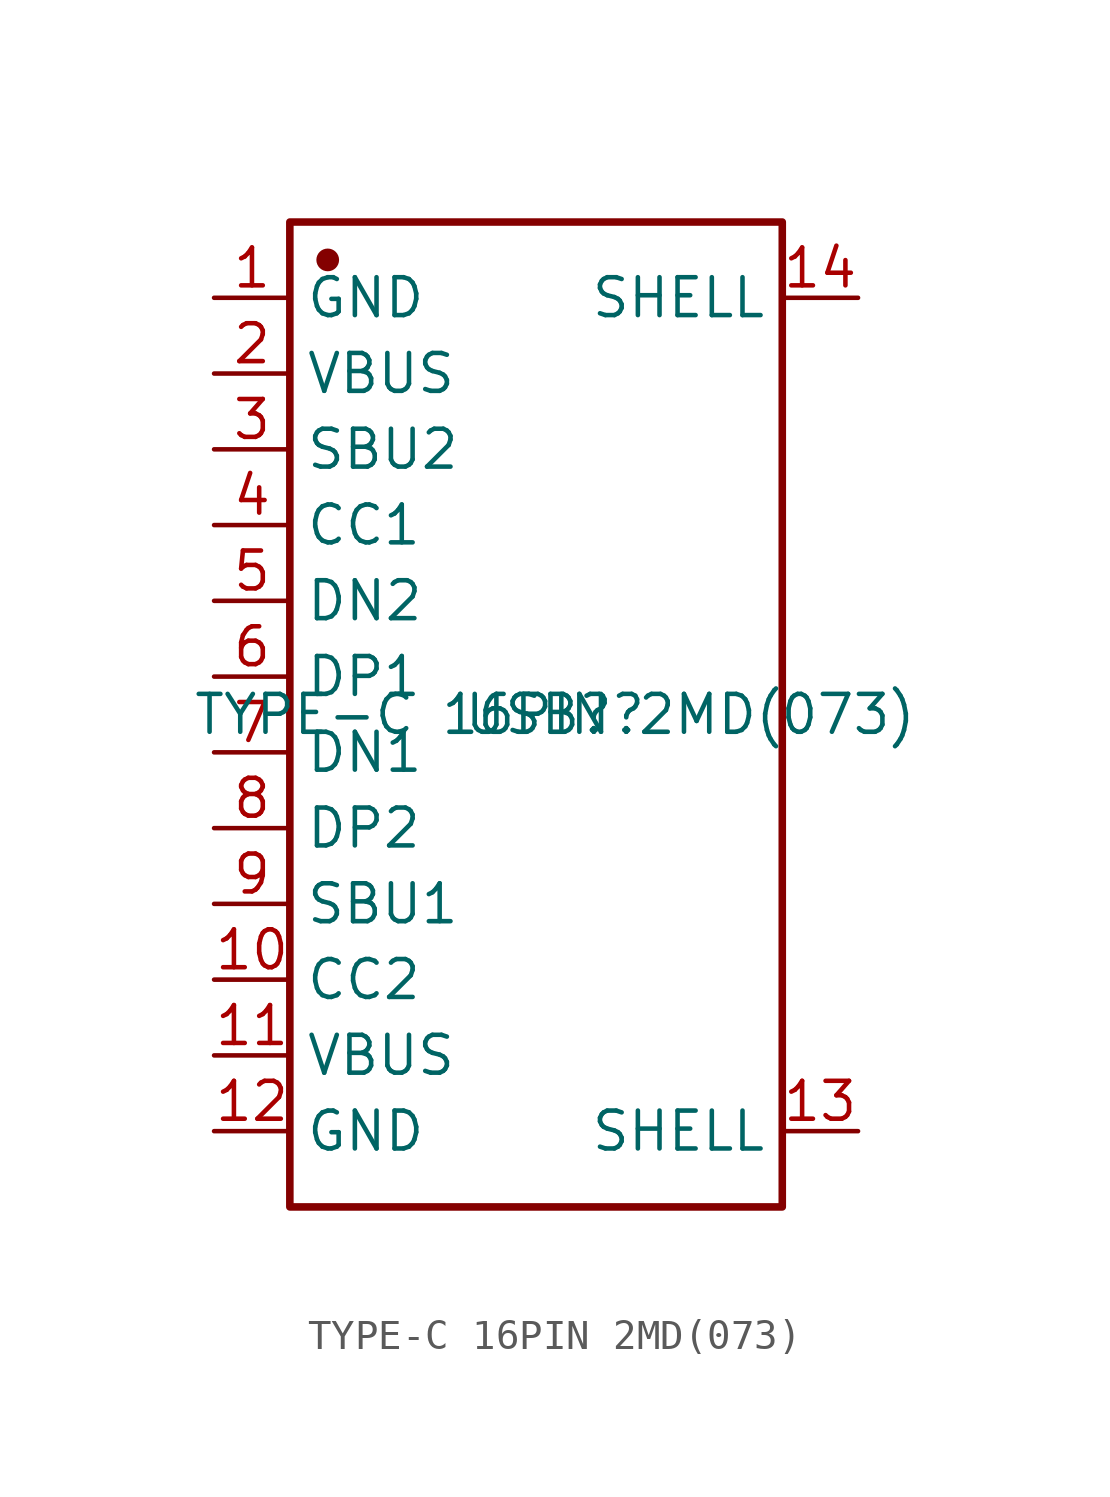
<source format=kicad_sym>
(kicad_symbol_lib
  (version 20241209)
  (generator "kicad_symbol_editor")
  (generator_version "9.0")
  (symbol "TYPE-C 16PIN 2MD(073)"
    (property "Reference" "USB?"
      (at 0 0 0)
      (effects (font (size 1.27 1.27))))
    (property "Value" "TYPE-C 16PIN 2MD(073)"
      (at 0 0 0)
      (effects (font (size 1.27 1.27))))
    (symbol "TYPE-C 16PIN 2MD(073)_0_0"
      (rectangle (start -8.89 16.51) (end 7.62 -16.51) (stroke (width 0.254) (type solid)) (fill (type none)))
      (circle (center -7.62 15.24) (radius 0.254) (stroke (width 0.254) (type solid)) (fill (type outline)))
      (pin unspecified line (at -11.43 13.97 0) (length 2.54) (name "GND" (effects (font (size 1.27 1.27)))) (number "1" (effects (font (size 1.27 1.27)))))
      (pin unspecified line (at -11.43 11.43 0) (length 2.54) (name "VBUS" (effects (font (size 1.27 1.27)))) (number "2" (effects (font (size 1.27 1.27)))))
      (pin unspecified line (at -11.43 8.89 0) (length 2.54) (name "SBU2" (effects (font (size 1.27 1.27)))) (number "3" (effects (font (size 1.27 1.27)))))
      (pin unspecified line (at -11.43 6.35 0) (length 2.54) (name "CC1" (effects (font (size 1.27 1.27)))) (number "4" (effects (font (size 1.27 1.27)))))
      (pin unspecified line (at -11.43 3.81 0) (length 2.54) (name "DN2" (effects (font (size 1.27 1.27)))) (number "5" (effects (font (size 1.27 1.27)))))
      (pin unspecified line (at -11.43 1.27 0) (length 2.54) (name "DP1" (effects (font (size 1.27 1.27)))) (number "6" (effects (font (size 1.27 1.27)))))
      (pin unspecified line (at -11.43 -1.27 0) (length 2.54) (name "DN1" (effects (font (size 1.27 1.27)))) (number "7" (effects (font (size 1.27 1.27)))))
      (pin unspecified line (at -11.43 -3.81 0) (length 2.54) (name "DP2" (effects (font (size 1.27 1.27)))) (number "8" (effects (font (size 1.27 1.27)))))
      (pin unspecified line (at -11.43 -6.35 0) (length 2.54) (name "SBU1" (effects (font (size 1.27 1.27)))) (number "9" (effects (font (size 1.27 1.27)))))
      (pin unspecified line (at -11.43 -8.89 0) (length 2.54) (name "CC2" (effects (font (size 1.27 1.27)))) (number "10" (effects (font (size 1.27 1.27)))))
      (pin unspecified line (at -11.43 -11.43 0) (length 2.54) (name "VBUS" (effects (font (size 1.27 1.27)))) (number "11" (effects (font (size 1.27 1.27)))))
      (pin unspecified line (at -11.43 -13.97 0) (length 2.54) (name "GND" (effects (font (size 1.27 1.27)))) (number "12" (effects (font (size 1.27 1.27)))))
      (pin unspecified line (at 10.16 13.97 180) (length 2.54) (name "SHELL" (effects (font (size 1.27 1.27)))) (number "14" (effects (font (size 1.27 1.27)))))
      (pin unspecified line (at 10.16 -13.97 180) (length 2.54) (name "SHELL" (effects (font (size 1.27 1.27)))) (number "13" (effects (font (size 1.27 1.27))))))))
</source>
